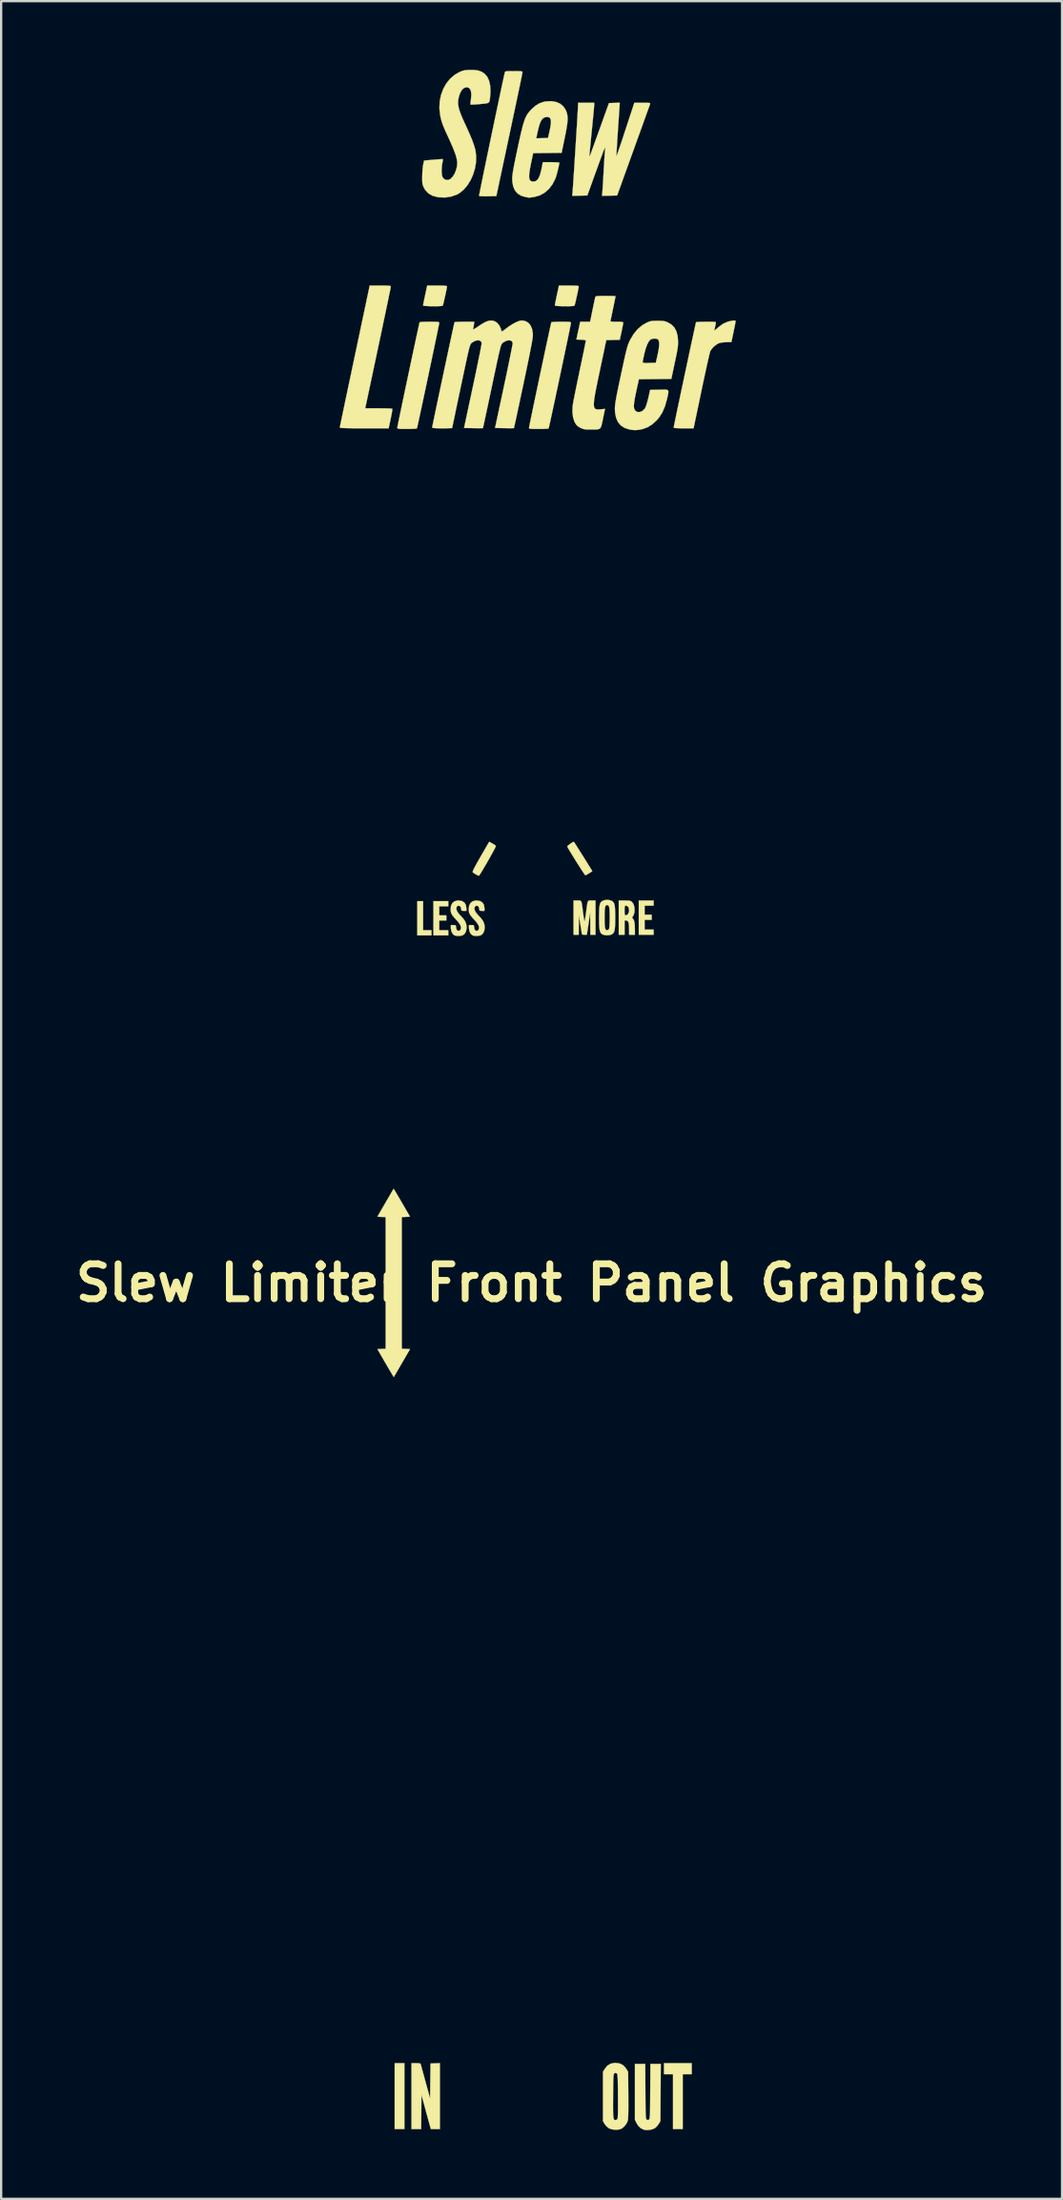
<source format=kicad_pcb>
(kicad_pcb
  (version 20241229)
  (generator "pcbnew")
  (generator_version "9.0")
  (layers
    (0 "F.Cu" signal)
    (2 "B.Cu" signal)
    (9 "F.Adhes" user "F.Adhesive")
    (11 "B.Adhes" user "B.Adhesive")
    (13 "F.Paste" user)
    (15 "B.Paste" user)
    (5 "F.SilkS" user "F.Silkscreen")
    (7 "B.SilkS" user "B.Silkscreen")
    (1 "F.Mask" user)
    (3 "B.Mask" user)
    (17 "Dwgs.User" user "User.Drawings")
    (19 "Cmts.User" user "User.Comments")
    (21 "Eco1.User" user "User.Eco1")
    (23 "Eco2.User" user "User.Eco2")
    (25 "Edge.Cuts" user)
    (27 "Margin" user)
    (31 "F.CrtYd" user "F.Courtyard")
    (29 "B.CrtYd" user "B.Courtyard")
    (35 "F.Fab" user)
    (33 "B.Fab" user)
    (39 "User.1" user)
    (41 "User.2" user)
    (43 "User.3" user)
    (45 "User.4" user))
  (footprint "Slew Limiter Front Panel Graphics"
    (layer "F.Cu")
    (at 20.182 53.002)
    (property "Reference" "Slew Limiter Front Panel Graphics" (at 0 0 0) (layer "F.SilkS") (effects (font (size 1.524 1.524) (thickness 0.3))))
    (attr through_hole)
    (fp_poly (pts (xy -5.56 36.971) (xy -5.983 36.971) (xy -5.983 34.092) (xy -5.56 34.092) (xy -5.56 36.971)) (stroke (width 0.01) (type solid)) (fill yes) (layer "F.SilkS"))
    (fp_poly (pts (xy -4.741 -15.409) (xy -4.374 -15.409) (xy -4.374 -15.184) (xy -4.995 -15.184) (xy -4.995 -16.679) (xy -4.741 -16.679) (xy -4.741 -15.409)) (stroke (width 0.01) (type solid)) (fill yes) (layer "F.SilkS"))
    (fp_poly (pts (xy 6.999 34.572) (xy 6.604 34.572) (xy 6.604 36.971) (xy 6.181 36.971) (xy 6.181 34.572) (xy 5.786 34.572) (xy 5.786 34.092) (xy 6.999 34.092) (xy 6.999 34.572)) (stroke (width 0.01) (type solid)) (fill yes) (layer "F.SilkS"))
    (fp_poly (pts (xy -3.641 -16.454) (xy -4.036 -16.454) (xy -4.036 -16.058) (xy -3.725 -16.058) (xy -3.725 -15.833) (xy -4.036 -15.833) (xy -4.036 -15.409) (xy -3.641 -15.409) (xy -3.641 -15.184) (xy -4.29 -15.184) (xy -4.29 -16.679) (xy -3.641 -16.679) (xy -3.641 -16.454)) (stroke (width 0.01) (type solid)) (fill yes) (layer "F.SilkS"))
    (fp_poly (pts (xy 5.334 -16.482) (xy 4.939 -16.482) (xy 4.939 -16.087) (xy 5.249 -16.087) (xy 5.249 -15.861) (xy 4.939 -15.861) (xy 4.939 -15.438) (xy 5.334 -15.438) (xy 5.334 -15.212) (xy 4.685 -15.212) (xy 4.685 -16.708) (xy 5.334 -16.708) (xy 5.334 -16.482)) (stroke (width 0.01) (type solid)) (fill yes) (layer "F.SilkS"))
    (fp_poly (pts (xy -4.008 36.971) (xy -4.4 36.971) (xy -4.44 36.837) (xy -4.458 36.77) (xy -4.489 36.659) (xy -4.529 36.514) (xy -4.576 36.344) (xy -4.626 36.16) (xy -4.645 36.087) (xy -4.812 35.472) (xy -4.819 36.222) (xy -4.827 36.971) (xy -5.249 36.971) (xy -5.249 34.092) (xy -5.052 34.092) (xy -4.949 34.094) (xy -4.888 34.101) (xy -4.857 34.118) (xy -4.841 34.149) (xy -4.838 34.163) (xy -4.826 34.209) (xy -4.801 34.301) (xy -4.765 34.431) (xy -4.721 34.59) (xy -4.672 34.772) (xy -4.628 34.932) (xy -4.435 35.631) (xy -4.426 34.869) (xy -4.417 34.107) (xy -4.008 34.09) (xy -4.008 36.971)) (stroke (width 0.01) (type solid)) (fill yes) (layer "F.SilkS"))
    (fp_poly (pts (xy -1.713 -19.198) (xy -1.634 -19.151) (xy -1.578 -19.109) (xy -1.561 -19.089) (xy -1.572 -19.057) (xy -1.606 -18.985) (xy -1.661 -18.88) (xy -1.731 -18.751) (xy -1.812 -18.605) (xy -1.899 -18.451) (xy -1.988 -18.297) (xy -2.075 -18.149) (xy -2.153 -18.017) (xy -2.22 -17.909) (xy -2.27 -17.832) (xy -2.299 -17.794) (xy -2.303 -17.791) (xy -2.341 -17.801) (xy -2.406 -17.832) (xy -2.436 -17.849) (xy -2.509 -17.895) (xy -2.563 -17.934) (xy -2.573 -17.943) (xy -2.574 -17.97) (xy -2.553 -18.028) (xy -2.508 -18.122) (xy -2.438 -18.254) (xy -2.341 -18.428) (xy -2.229 -18.624) (xy -1.853 -19.274) (xy -1.713 -19.198)) (stroke (width 0.01) (type solid)) (fill yes) (layer "F.SilkS"))
    (fp_poly (pts (xy -3.961 -43.574) (xy -3.842 -43.571) (xy -3.764 -43.566) (xy -3.719 -43.557) (xy -3.699 -43.543) (xy -3.697 -43.534) (xy -3.703 -43.489) (xy -3.719 -43.403) (xy -3.742 -43.289) (xy -3.77 -43.159) (xy -3.8 -43.025) (xy -3.829 -42.899) (xy -3.854 -42.795) (xy -3.873 -42.724) (xy -3.881 -42.699) (xy -3.915 -42.687) (xy -3.992 -42.678) (xy -4.099 -42.673) (xy -4.226 -42.671) (xy -4.361 -42.671) (xy -4.491 -42.675) (xy -4.605 -42.681) (xy -4.691 -42.69) (xy -4.737 -42.702) (xy -4.742 -42.707) (xy -4.736 -42.746) (xy -4.72 -42.829) (xy -4.697 -42.947) (xy -4.667 -43.087) (xy -4.652 -43.159) (xy -4.562 -43.575) (xy -4.129 -43.575) (xy -3.961 -43.574)) (stroke (width 0.01) (type solid)) (fill yes) (layer "F.SilkS"))
    (fp_poly (pts (xy 1.796 -43.574) (xy 1.915 -43.571) (xy 1.994 -43.566) (xy 2.039 -43.557) (xy 2.058 -43.543) (xy 2.06 -43.534) (xy 2.054 -43.489) (xy 2.038 -43.403) (xy 2.015 -43.289) (xy 1.987 -43.159) (xy 1.957 -43.025) (xy 1.929 -42.899) (xy 1.903 -42.795) (xy 1.885 -42.724) (xy 1.876 -42.699) (xy 1.842 -42.687) (xy 1.766 -42.678) (xy 1.658 -42.673) (xy 1.531 -42.671) (xy 1.396 -42.671) (xy 1.266 -42.675) (xy 1.153 -42.681) (xy 1.067 -42.69) (xy 1.02 -42.702) (xy 1.016 -42.707) (xy 1.021 -42.746) (xy 1.037 -42.829) (xy 1.061 -42.947) (xy 1.09 -43.087) (xy 1.105 -43.159) (xy 1.196 -43.575) (xy 1.628 -43.575) (xy 1.796 -43.574)) (stroke (width 0.01) (type solid)) (fill yes) (layer "F.SilkS"))
    (fp_poly (pts (xy -6.014 -4.09) (xy -5.974 -4.027) (xy -5.914 -3.927) (xy -5.837 -3.797) (xy -5.748 -3.645) (xy -5.667 -3.506) (xy -5.313 -2.893) (xy -5.673 -2.876) (xy -5.673 2.876) (xy -5.493 2.884) (xy -5.312 2.893) (xy -5.663 3.498) (xy -5.76 3.665) (xy -5.847 3.815) (xy -5.92 3.941) (xy -5.976 4.037) (xy -6.011 4.096) (xy -6.021 4.112) (xy -6.037 4.09) (xy -6.077 4.027) (xy -6.137 3.927) (xy -6.214 3.797) (xy -6.303 3.645) (xy -6.384 3.506) (xy -6.738 2.893) (xy -6.378 2.876) (xy -6.378 -2.876) (xy -6.558 -2.884) (xy -6.739 -2.893) (xy -6.388 -3.498) (xy -6.291 -3.665) (xy -6.204 -3.815) (xy -6.131 -3.941) (xy -6.074 -4.037) (xy -6.04 -4.096) (xy -6.03 -4.112) (xy -6.014 -4.09)) (stroke (width 0.01) (type solid)) (fill yes) (layer "F.SilkS"))
    (fp_poly (pts (xy 1.867 -19.244) (xy 1.91 -19.177) (xy 1.973 -19.079) (xy 2.051 -18.956) (xy 2.139 -18.816) (xy 2.234 -18.666) (xy 2.329 -18.515) (xy 2.42 -18.37) (xy 2.502 -18.238) (xy 2.571 -18.127) (xy 2.622 -18.045) (xy 2.649 -17.999) (xy 2.653 -17.992) (xy 2.631 -17.973) (xy 2.576 -17.936) (xy 2.503 -17.891) (xy 2.431 -17.848) (xy 2.373 -17.818) (xy 2.349 -17.809) (xy 2.329 -17.832) (xy 2.284 -17.897) (xy 2.217 -17.997) (xy 2.133 -18.125) (xy 2.037 -18.277) (xy 1.947 -18.418) (xy 1.843 -18.585) (xy 1.749 -18.738) (xy 1.67 -18.869) (xy 1.608 -18.972) (xy 1.57 -19.039) (xy 1.558 -19.063) (xy 1.575 -19.092) (xy 1.626 -19.137) (xy 1.693 -19.188) (xy 1.763 -19.234) (xy 1.82 -19.265) (xy 1.849 -19.27) (xy 1.867 -19.244)) (stroke (width 0.01) (type solid)) (fill yes) (layer "F.SilkS"))
    (fp_poly (pts (xy 4.974 35.324) (xy 4.976 35.617) (xy 4.978 35.859) (xy 4.98 36.055) (xy 4.983 36.209) (xy 4.987 36.328) (xy 4.992 36.415) (xy 4.998 36.476) (xy 5.005 36.517) (xy 5.014 36.541) (xy 5.026 36.555) (xy 5.031 36.559) (xy 5.091 36.575) (xy 5.129 36.559) (xy 5.141 36.548) (xy 5.151 36.528) (xy 5.16 36.494) (xy 5.166 36.442) (xy 5.171 36.365) (xy 5.176 36.26) (xy 5.179 36.12) (xy 5.181 35.941) (xy 5.183 35.718) (xy 5.185 35.445) (xy 5.186 35.324) (xy 5.193 34.121) (xy 5.646 34.121) (xy 5.638 35.372) (xy 5.63 36.623) (xy 5.546 36.759) (xy 5.473 36.854) (xy 5.391 36.928) (xy 5.361 36.947) (xy 5.229 36.994) (xy 5.079 37.015) (xy 4.94 37.006) (xy 4.921 37.002) (xy 4.775 36.937) (xy 4.656 36.822) (xy 4.589 36.711) (xy 4.516 36.565) (xy 4.516 34.121) (xy 4.967 34.121) (xy 4.974 35.324)) (stroke (width 0.01) (type solid)) (fill yes) (layer "F.SilkS"))
    (fp_poly (pts (xy 2.608 -16.708) (xy 2.627 -16.708) (xy 2.794 -16.708) (xy 2.794 -15.212) (xy 2.568 -15.212) (xy 2.565 -15.699) (xy 2.562 -16.185) (xy 2.489 -15.699) (xy 2.416 -15.212) (xy 2.309 -15.212) (xy 2.24 -15.217) (xy 2.202 -15.229) (xy 2.2 -15.233) (xy 2.195 -15.267) (xy 2.182 -15.346) (xy 2.165 -15.46) (xy 2.142 -15.599) (xy 2.132 -15.663) (xy 2.067 -16.073) (xy 2.063 -15.642) (xy 2.06 -15.212) (xy 1.834 -15.212) (xy 1.834 -16.708) (xy 2.001 -16.708) (xy 2.064 -16.708) (xy 2.111 -16.706) (xy 2.145 -16.692) (xy 2.17 -16.661) (xy 2.189 -16.603) (xy 2.205 -16.513) (xy 2.223 -16.382) (xy 2.246 -16.203) (xy 2.247 -16.192) (xy 2.266 -16.052) (xy 2.284 -15.935) (xy 2.3 -15.85) (xy 2.312 -15.807) (xy 2.314 -15.804) (xy 2.324 -15.831) (xy 2.339 -15.903) (xy 2.357 -16.01) (xy 2.376 -16.143) (xy 2.381 -16.178) (xy 2.404 -16.363) (xy 2.423 -16.499) (xy 2.439 -16.594) (xy 2.457 -16.655) (xy 2.479 -16.69) (xy 2.509 -16.705) (xy 2.551 -16.709) (xy 2.608 -16.708)) (stroke (width 0.01) (type solid)) (fill yes) (layer "F.SilkS"))
    (fp_poly (pts (xy 4.188 -16.706) (xy 4.272 -16.699) (xy 4.328 -16.684) (xy 4.372 -16.658) (xy 4.388 -16.644) (xy 4.45 -16.558) (xy 4.489 -16.439) (xy 4.503 -16.303) (xy 4.492 -16.17) (xy 4.454 -16.059) (xy 4.431 -16.023) (xy 4.399 -15.976) (xy 4.404 -15.942) (xy 4.431 -15.91) (xy 4.47 -15.849) (xy 4.495 -15.756) (xy 4.51 -15.623) (xy 4.515 -15.442) (xy 4.515 -15.431) (xy 4.516 -15.212) (xy 4.262 -15.212) (xy 4.262 -15.45) (xy 4.257 -15.611) (xy 4.243 -15.723) (xy 4.216 -15.792) (xy 4.174 -15.826) (xy 4.135 -15.833) (xy 4.064 -15.833) (xy 4.064 -15.212) (xy 3.81 -15.212) (xy 3.81 -16.27) (xy 4.064 -16.27) (xy 4.065 -16.162) (xy 4.072 -16.098) (xy 4.086 -16.068) (xy 4.111 -16.059) (xy 4.119 -16.058) (xy 4.175 -16.08) (xy 4.218 -16.121) (xy 4.254 -16.206) (xy 4.262 -16.301) (xy 4.243 -16.388) (xy 4.201 -16.454) (xy 4.14 -16.482) (xy 4.135 -16.482) (xy 4.099 -16.479) (xy 4.078 -16.464) (xy 4.068 -16.423) (xy 4.064 -16.346) (xy 4.064 -16.27) (xy 3.81 -16.27) (xy 3.81 -16.708) (xy 4.062 -16.708) (xy 4.188 -16.706)) (stroke (width 0.01) (type solid)) (fill yes) (layer "F.SilkS"))
    (fp_poly (pts (xy -0.622 -52.944) (xy -0.516 -52.942) (xy -0.449 -52.936) (xy -0.413 -52.926) (xy -0.399 -52.911) (xy -0.397 -52.895) (xy -0.403 -52.861) (xy -0.42 -52.776) (xy -0.447 -52.643) (xy -0.483 -52.466) (xy -0.529 -52.25) (xy -0.582 -51.997) (xy -0.641 -51.713) (xy -0.707 -51.4) (xy -0.779 -51.063) (xy -0.855 -50.705) (xy -0.934 -50.33) (xy -0.969 -50.165) (xy -1.541 -47.484) (xy -1.911 -47.476) (xy -2.05 -47.475) (xy -2.167 -47.477) (xy -2.252 -47.482) (xy -2.294 -47.49) (xy -2.296 -47.491) (xy -2.292 -47.52) (xy -2.277 -47.6) (xy -2.252 -47.726) (xy -2.218 -47.893) (xy -2.177 -48.097) (xy -2.128 -48.334) (xy -2.074 -48.599) (xy -2.014 -48.886) (xy -1.951 -49.193) (xy -1.884 -49.513) (xy -1.816 -49.843) (xy -1.746 -50.178) (xy -1.675 -50.514) (xy -1.606 -50.845) (xy -1.538 -51.167) (xy -1.473 -51.476) (xy -1.411 -51.768) (xy -1.354 -52.037) (xy -1.303 -52.279) (xy -1.258 -52.489) (xy -1.22 -52.663) (xy -1.19 -52.797) (xy -1.171 -52.881) (xy -1.163 -52.907) (xy -1.146 -52.924) (xy -1.112 -52.936) (xy -1.051 -52.942) (xy -0.953 -52.944) (xy -0.811 -52.945) (xy -0.776 -52.945) (xy -0.622 -52.944)) (stroke (width 0.01) (type solid)) (fill yes) (layer "F.SilkS"))
    (fp_poly (pts (xy -3.048 -16.686) (xy -2.941 -16.624) (xy -2.875 -16.522) (xy -2.851 -16.382) (xy -2.85 -16.372) (xy -2.85 -16.256) (xy -2.963 -16.256) (xy -3.036 -16.26) (xy -3.068 -16.278) (xy -3.076 -16.321) (xy -3.076 -16.335) (xy -3.094 -16.416) (xy -3.139 -16.468) (xy -3.196 -16.483) (xy -3.251 -16.456) (xy -3.275 -16.424) (xy -3.29 -16.337) (xy -3.253 -16.232) (xy -3.167 -16.111) (xy -3.102 -16.043) (xy -3.018 -15.953) (xy -2.944 -15.859) (xy -2.9 -15.79) (xy -2.852 -15.657) (xy -2.839 -15.518) (xy -2.859 -15.386) (xy -2.908 -15.276) (xy -2.985 -15.201) (xy -2.994 -15.196) (xy -3.089 -15.168) (xy -3.207 -15.158) (xy -3.319 -15.17) (xy -3.375 -15.188) (xy -3.452 -15.254) (xy -3.505 -15.36) (xy -3.528 -15.49) (xy -3.528 -15.505) (xy -3.528 -15.635) (xy -3.415 -15.635) (xy -3.343 -15.632) (xy -3.31 -15.614) (xy -3.302 -15.567) (xy -3.302 -15.542) (xy -3.285 -15.455) (xy -3.244 -15.398) (xy -3.189 -15.378) (xy -3.134 -15.4) (xy -3.104 -15.439) (xy -3.083 -15.52) (xy -3.106 -15.614) (xy -3.173 -15.726) (xy -3.287 -15.86) (xy -3.392 -15.975) (xy -3.462 -16.063) (xy -3.505 -16.136) (xy -3.528 -16.207) (xy -3.537 -16.288) (xy -3.538 -16.309) (xy -3.523 -16.468) (xy -3.469 -16.588) (xy -3.377 -16.667) (xy -3.247 -16.705) (xy -3.192 -16.708) (xy -3.048 -16.686)) (stroke (width 0.01) (type solid)) (fill yes) (layer "F.SilkS"))
    (fp_poly (pts (xy -2.257 -16.686) (xy -2.151 -16.624) (xy -2.085 -16.522) (xy -2.06 -16.382) (xy -2.06 -16.372) (xy -2.06 -16.256) (xy -2.173 -16.256) (xy -2.246 -16.26) (xy -2.278 -16.278) (xy -2.286 -16.321) (xy -2.286 -16.335) (xy -2.304 -16.416) (xy -2.348 -16.468) (xy -2.405 -16.483) (xy -2.461 -16.456) (xy -2.484 -16.424) (xy -2.5 -16.337) (xy -2.463 -16.232) (xy -2.376 -16.111) (xy -2.312 -16.043) (xy -2.228 -15.953) (xy -2.154 -15.859) (xy -2.11 -15.79) (xy -2.062 -15.657) (xy -2.049 -15.518) (xy -2.069 -15.386) (xy -2.118 -15.276) (xy -2.195 -15.201) (xy -2.204 -15.196) (xy -2.299 -15.168) (xy -2.417 -15.158) (xy -2.529 -15.17) (xy -2.585 -15.188) (xy -2.662 -15.254) (xy -2.715 -15.36) (xy -2.737 -15.49) (xy -2.738 -15.505) (xy -2.738 -15.635) (xy -2.625 -15.635) (xy -2.552 -15.632) (xy -2.52 -15.614) (xy -2.512 -15.567) (xy -2.512 -15.542) (xy -2.495 -15.455) (xy -2.453 -15.398) (xy -2.399 -15.378) (xy -2.343 -15.4) (xy -2.313 -15.439) (xy -2.293 -15.52) (xy -2.316 -15.614) (xy -2.383 -15.726) (xy -2.497 -15.86) (xy -2.602 -15.975) (xy -2.672 -16.063) (xy -2.715 -16.136) (xy -2.738 -16.207) (xy -2.747 -16.288) (xy -2.748 -16.309) (xy -2.733 -16.468) (xy -2.679 -16.588) (xy -2.586 -16.667) (xy -2.457 -16.705) (xy -2.402 -16.708) (xy -2.257 -16.686)) (stroke (width 0.01) (type solid)) (fill yes) (layer "F.SilkS"))
    (fp_poly (pts (xy -4.294 -41.994) (xy -4.179 -41.992) (xy -4.104 -41.987) (xy -4.06 -41.978) (xy -4.04 -41.965) (xy -4.036 -41.947) (xy -4.041 -41.912) (xy -4.058 -41.827) (xy -4.084 -41.698) (xy -4.119 -41.528) (xy -4.161 -41.323) (xy -4.21 -41.089) (xy -4.264 -40.829) (xy -4.323 -40.55) (xy -4.384 -40.255) (xy -4.449 -39.951) (xy -4.514 -39.641) (xy -4.58 -39.332) (xy -4.644 -39.027) (xy -4.707 -38.733) (xy -4.767 -38.453) (xy -4.822 -38.194) (xy -4.873 -37.959) (xy -4.917 -37.754) (xy -4.954 -37.584) (xy -4.983 -37.454) (xy -5.003 -37.369) (xy -5.012 -37.334) (xy -5.012 -37.334) (xy -5.044 -37.325) (xy -5.122 -37.318) (xy -5.236 -37.313) (xy -5.376 -37.31) (xy -5.449 -37.31) (xy -5.612 -37.31) (xy -5.728 -37.313) (xy -5.804 -37.318) (xy -5.847 -37.327) (xy -5.866 -37.341) (xy -5.87 -37.356) (xy -5.865 -37.39) (xy -5.848 -37.475) (xy -5.822 -37.604) (xy -5.787 -37.773) (xy -5.745 -37.977) (xy -5.696 -38.212) (xy -5.642 -38.471) (xy -5.583 -38.75) (xy -5.522 -39.045) (xy -5.457 -39.349) (xy -5.392 -39.659) (xy -5.326 -39.968) (xy -5.262 -40.273) (xy -5.199 -40.567) (xy -5.139 -40.847) (xy -5.083 -41.107) (xy -5.033 -41.343) (xy -4.988 -41.548) (xy -4.951 -41.719) (xy -4.922 -41.849) (xy -4.902 -41.935) (xy -4.893 -41.972) (xy -4.893 -41.972) (xy -4.861 -41.98) (xy -4.783 -41.987) (xy -4.67 -41.992) (xy -4.53 -41.994) (xy -4.457 -41.995) (xy -4.294 -41.994)) (stroke (width 0.01) (type solid)) (fill yes) (layer "F.SilkS"))
    (fp_poly (pts (xy 1.463 -41.994) (xy 1.579 -41.992) (xy 1.654 -41.987) (xy 1.697 -41.978) (xy 1.717 -41.965) (xy 1.722 -41.947) (xy 1.716 -41.912) (xy 1.699 -41.827) (xy 1.673 -41.698) (xy 1.639 -41.528) (xy 1.596 -41.323) (xy 1.548 -41.089) (xy 1.493 -40.829) (xy 1.435 -40.55) (xy 1.373 -40.255) (xy 1.309 -39.951) (xy 1.243 -39.641) (xy 1.178 -39.332) (xy 1.113 -39.027) (xy 1.05 -38.733) (xy 0.991 -38.453) (xy 0.935 -38.194) (xy 0.884 -37.959) (xy 0.84 -37.754) (xy 0.803 -37.584) (xy 0.774 -37.454) (xy 0.755 -37.369) (xy 0.745 -37.334) (xy 0.745 -37.334) (xy 0.713 -37.325) (xy 0.635 -37.318) (xy 0.521 -37.313) (xy 0.381 -37.31) (xy 0.309 -37.31) (xy 0.145 -37.31) (xy 0.029 -37.313) (xy -0.046 -37.318) (xy -0.09 -37.327) (xy -0.109 -37.341) (xy -0.113 -37.356) (xy -0.107 -37.39) (xy -0.091 -37.475) (xy -0.065 -37.604) (xy -0.03 -37.773) (xy 0.012 -37.977) (xy 0.061 -38.212) (xy 0.115 -38.471) (xy 0.174 -38.75) (xy 0.236 -39.045) (xy 0.3 -39.349) (xy 0.365 -39.659) (xy 0.431 -39.968) (xy 0.496 -40.273) (xy 0.558 -40.567) (xy 0.618 -40.847) (xy 0.674 -41.107) (xy 0.725 -41.343) (xy 0.769 -41.548) (xy 0.806 -41.719) (xy 0.835 -41.849) (xy 0.855 -41.935) (xy 0.864 -41.972) (xy 0.864 -41.972) (xy 0.896 -41.98) (xy 0.974 -41.987) (xy 1.088 -41.992) (xy 1.227 -41.994) (xy 1.3 -41.995) (xy 1.463 -41.994)) (stroke (width 0.01) (type solid)) (fill yes) (layer "F.SilkS"))
    (fp_poly (pts (xy 3.399 -16.725) (xy 3.486 -16.7) (xy 3.497 -16.695) (xy 3.549 -16.661) (xy 3.588 -16.617) (xy 3.616 -16.553) (xy 3.635 -16.462) (xy 3.647 -16.338) (xy 3.653 -16.172) (xy 3.655 -15.96) (xy 3.653 -15.745) (xy 3.647 -15.58) (xy 3.635 -15.456) (xy 3.616 -15.366) (xy 3.587 -15.302) (xy 3.548 -15.258) (xy 3.497 -15.225) (xy 3.392 -15.193) (xy 3.266 -15.187) (xy 3.148 -15.207) (xy 3.101 -15.226) (xy 3.051 -15.26) (xy 3.014 -15.306) (xy 2.986 -15.372) (xy 2.967 -15.464) (xy 2.956 -15.592) (xy 2.951 -15.761) (xy 2.949 -15.96) (xy 3.189 -15.96) (xy 3.191 -15.766) (xy 3.197 -15.623) (xy 3.209 -15.522) (xy 3.227 -15.458) (xy 3.255 -15.422) (xy 3.292 -15.41) (xy 3.302 -15.409) (xy 3.358 -15.432) (xy 3.386 -15.464) (xy 3.396 -15.511) (xy 3.405 -15.605) (xy 3.411 -15.735) (xy 3.415 -15.89) (xy 3.415 -15.96) (xy 3.413 -16.153) (xy 3.407 -16.296) (xy 3.395 -16.397) (xy 3.377 -16.462) (xy 3.349 -16.497) (xy 3.312 -16.51) (xy 3.302 -16.51) (xy 3.262 -16.502) (xy 3.233 -16.472) (xy 3.212 -16.415) (xy 3.199 -16.323) (xy 3.192 -16.19) (xy 3.189 -16.009) (xy 3.189 -15.96) (xy 2.949 -15.96) (xy 2.951 -16.174) (xy 2.957 -16.339) (xy 2.969 -16.463) (xy 2.988 -16.553) (xy 3.017 -16.617) (xy 3.056 -16.662) (xy 3.107 -16.695) (xy 3.189 -16.722) (xy 3.287 -16.735) (xy 3.302 -16.736) (xy 3.399 -16.725)) (stroke (width 0.01) (type solid)) (fill yes) (layer "F.SilkS"))
    (fp_poly (pts (xy -6.443 -43.575) (xy -6.319 -43.573) (xy -6.237 -43.568) (xy -6.187 -43.561) (xy -6.162 -43.549) (xy -6.153 -43.533) (xy -6.153 -43.526) (xy -6.159 -43.492) (xy -6.175 -43.406) (xy -6.202 -43.273) (xy -6.239 -43.097) (xy -6.283 -42.881) (xy -6.336 -42.629) (xy -6.395 -42.345) (xy -6.461 -42.033) (xy -6.532 -41.697) (xy -6.607 -41.34) (xy -6.686 -40.967) (xy -6.712 -40.845) (xy -7.271 -38.213) (xy -6.685 -38.213) (xy -6.509 -38.212) (xy -6.353 -38.209) (xy -6.225 -38.205) (xy -6.134 -38.199) (xy -6.089 -38.193) (xy -6.086 -38.191) (xy -6.086 -38.157) (xy -6.097 -38.078) (xy -6.117 -37.964) (xy -6.144 -37.826) (xy -6.159 -37.753) (xy -6.246 -37.338) (xy -7.314 -37.338) (xy -7.607 -37.338) (xy -7.847 -37.34) (xy -8.038 -37.343) (xy -8.183 -37.347) (xy -8.286 -37.352) (xy -8.35 -37.359) (xy -8.379 -37.367) (xy -8.382 -37.371) (xy -8.376 -37.402) (xy -8.36 -37.485) (xy -8.333 -37.616) (xy -8.296 -37.792) (xy -8.251 -38.008) (xy -8.198 -38.262) (xy -8.138 -38.549) (xy -8.071 -38.866) (xy -7.999 -39.21) (xy -7.921 -39.576) (xy -7.84 -39.962) (xy -7.755 -40.363) (xy -7.748 -40.398) (xy -7.662 -40.801) (xy -7.579 -41.191) (xy -7.501 -41.562) (xy -7.427 -41.912) (xy -7.358 -42.236) (xy -7.296 -42.531) (xy -7.24 -42.793) (xy -7.193 -43.019) (xy -7.154 -43.204) (xy -7.124 -43.346) (xy -7.104 -43.44) (xy -7.095 -43.483) (xy -7.095 -43.483) (xy -7.077 -43.575) (xy -6.615 -43.575) (xy -6.443 -43.575)) (stroke (width 0.01) (type solid)) (fill yes) (layer "F.SilkS"))
    (fp_poly (pts (xy 3.844 34.102) (xy 3.987 34.17) (xy 4.103 34.287) (xy 4.135 34.333) (xy 4.219 34.469) (xy 4.228 35.479) (xy 4.229 35.802) (xy 4.229 36.073) (xy 4.226 36.29) (xy 4.22 36.453) (xy 4.212 36.56) (xy 4.205 36.604) (xy 4.151 36.726) (xy 4.062 36.844) (xy 3.956 36.937) (xy 3.92 36.958) (xy 3.808 36.992) (xy 3.67 37.001) (xy 3.527 36.985) (xy 3.403 36.947) (xy 3.372 36.931) (xy 3.283 36.859) (xy 3.204 36.765) (xy 3.189 36.741) (xy 3.119 36.618) (xy 3.119 36.021) (xy 3.56 36.021) (xy 3.562 36.195) (xy 3.565 36.328) (xy 3.572 36.426) (xy 3.582 36.494) (xy 3.595 36.538) (xy 3.614 36.562) (xy 3.637 36.573) (xy 3.667 36.576) (xy 3.669 36.576) (xy 3.729 36.556) (xy 3.75 36.537) (xy 3.76 36.506) (xy 3.767 36.435) (xy 3.772 36.321) (xy 3.775 36.162) (xy 3.777 35.954) (xy 3.776 35.695) (xy 3.775 35.532) (xy 3.773 35.271) (xy 3.771 35.061) (xy 3.768 34.896) (xy 3.764 34.771) (xy 3.759 34.679) (xy 3.753 34.615) (xy 3.745 34.574) (xy 3.734 34.549) (xy 3.722 34.535) (xy 3.718 34.533) (xy 3.658 34.517) (xy 3.619 34.533) (xy 3.606 34.545) (xy 3.595 34.567) (xy 3.587 34.604) (xy 3.58 34.662) (xy 3.575 34.747) (xy 3.571 34.864) (xy 3.568 35.019) (xy 3.565 35.218) (xy 3.563 35.467) (xy 3.563 35.532) (xy 3.561 35.802) (xy 3.56 36.021) (xy 3.119 36.021) (xy 3.119 34.469) (xy 3.203 34.333) (xy 3.312 34.201) (xy 3.447 34.118) (xy 3.611 34.081) (xy 3.669 34.079) (xy 3.844 34.102)) (stroke (width 0.01) (type solid)) (fill yes) (layer "F.SilkS"))
    (fp_poly (pts (xy 8.909 -42.04) (xy 8.917 -42.02) (xy 8.911 -41.98) (xy 8.896 -41.895) (xy 8.873 -41.776) (xy 8.843 -41.633) (xy 8.825 -41.543) (xy 8.733 -41.106) (xy 8.508 -41.102) (xy 8.37 -41.094) (xy 8.25 -41.076) (xy 8.181 -41.056) (xy 8.058 -40.985) (xy 7.941 -40.885) (xy 7.848 -40.773) (xy 7.809 -40.704) (xy 7.794 -40.657) (xy 7.77 -40.56) (xy 7.736 -40.418) (xy 7.695 -40.238) (xy 7.647 -40.025) (xy 7.595 -39.783) (xy 7.538 -39.52) (xy 7.478 -39.24) (xy 7.449 -39.102) (xy 7.389 -38.815) (xy 7.332 -38.541) (xy 7.278 -38.286) (xy 7.23 -38.056) (xy 7.188 -37.855) (xy 7.153 -37.69) (xy 7.127 -37.567) (xy 7.111 -37.49) (xy 7.108 -37.472) (xy 7.079 -37.338) (xy 6.644 -37.338) (xy 6.46 -37.34) (xy 6.328 -37.344) (xy 6.247 -37.353) (xy 6.211 -37.365) (xy 6.209 -37.37) (xy 6.215 -37.403) (xy 6.231 -37.486) (xy 6.257 -37.614) (xy 6.292 -37.782) (xy 6.334 -37.985) (xy 6.383 -38.218) (xy 6.438 -38.476) (xy 6.496 -38.755) (xy 6.558 -39.048) (xy 6.623 -39.352) (xy 6.688 -39.66) (xy 6.754 -39.969) (xy 6.819 -40.273) (xy 6.882 -40.568) (xy 6.941 -40.847) (xy 6.997 -41.107) (xy 7.048 -41.342) (xy 7.092 -41.548) (xy 7.129 -41.718) (xy 7.158 -41.849) (xy 7.178 -41.936) (xy 7.187 -41.973) (xy 7.187 -41.974) (xy 7.218 -41.981) (xy 7.293 -41.986) (xy 7.401 -41.991) (xy 7.528 -41.993) (xy 7.664 -41.995) (xy 7.795 -41.994) (xy 7.911 -41.992) (xy 7.998 -41.988) (xy 8.045 -41.982) (xy 8.049 -41.98) (xy 8.051 -41.946) (xy 8.041 -41.876) (xy 8.026 -41.803) (xy 8.005 -41.712) (xy 7.991 -41.644) (xy 7.987 -41.618) (xy 8.006 -41.624) (xy 8.056 -41.662) (xy 8.128 -41.724) (xy 8.155 -41.749) (xy 8.358 -41.901) (xy 8.582 -42) (xy 8.784 -42.043) (xy 8.868 -42.049) (xy 8.909 -42.04)) (stroke (width 0.01) (type solid)) (fill yes) (layer "F.SilkS"))
    (fp_poly (pts (xy 1.062 -51.6) (xy 1.238 -51.527) (xy 1.38 -51.415) (xy 1.483 -51.265) (xy 1.526 -51.166) (xy 1.555 -51.066) (xy 1.572 -50.957) (xy 1.574 -50.831) (xy 1.563 -50.68) (xy 1.537 -50.498) (xy 1.498 -50.276) (xy 1.447 -50.024) (xy 1.312 -49.375) (xy 0.691 -49.367) (xy 0.069 -49.36) (xy -0.022 -48.93) (xy -0.069 -48.691) (xy -0.098 -48.502) (xy -0.109 -48.356) (xy -0.1 -48.25) (xy -0.071 -48.178) (xy -0.022 -48.137) (xy 0.048 -48.12) (xy 0.073 -48.119) (xy 0.166 -48.134) (xy 0.243 -48.184) (xy 0.309 -48.273) (xy 0.365 -48.406) (xy 0.415 -48.587) (xy 0.44 -48.705) (xy 0.492 -48.966) (xy 0.853 -48.966) (xy 0.988 -48.964) (xy 1.1 -48.959) (xy 1.179 -48.953) (xy 1.213 -48.944) (xy 1.214 -48.943) (xy 1.206 -48.887) (xy 1.187 -48.791) (xy 1.159 -48.671) (xy 1.127 -48.542) (xy 1.094 -48.418) (xy 1.063 -48.315) (xy 1.043 -48.257) (xy 0.92 -48.011) (xy 0.763 -47.803) (xy 0.576 -47.637) (xy 0.363 -47.518) (xy 0.129 -47.448) (xy 0.093 -47.442) (xy -0.005 -47.429) (xy -0.079 -47.42) (xy -0.113 -47.417) (xy -0.113 -47.417) (xy -0.147 -47.423) (xy -0.217 -47.435) (xy -0.256 -47.442) (xy -0.453 -47.498) (xy -0.609 -47.594) (xy -0.726 -47.73) (xy -0.804 -47.906) (xy -0.842 -48.123) (xy -0.847 -48.242) (xy -0.844 -48.316) (xy -0.836 -48.405) (xy -0.821 -48.515) (xy -0.798 -48.652) (xy -0.766 -48.821) (xy -0.725 -49.028) (xy -0.673 -49.279) (xy -0.61 -49.577) (xy -0.541 -49.895) (xy -0.516 -50.008) (xy 0.203 -50.008) (xy 0.461 -50.016) (xy 0.718 -50.024) (xy 0.782 -50.306) (xy 0.824 -50.516) (xy 0.845 -50.678) (xy 0.843 -50.797) (xy 0.818 -50.878) (xy 0.769 -50.924) (xy 0.696 -50.941) (xy 0.683 -50.941) (xy 0.585 -50.928) (xy 0.503 -50.886) (xy 0.435 -50.809) (xy 0.375 -50.692) (xy 0.321 -50.53) (xy 0.27 -50.32) (xy 0.203 -50.008) (xy -0.516 -50.008) (xy -0.481 -50.164) (xy -0.428 -50.388) (xy -0.38 -50.574) (xy -0.334 -50.728) (xy -0.289 -50.854) (xy -0.243 -50.959) (xy -0.193 -51.048) (xy -0.138 -51.127) (xy -0.075 -51.202) (xy -0.003 -51.278) (xy 0.011 -51.292) (xy 0.174 -51.436) (xy 0.335 -51.535) (xy 0.508 -51.597) (xy 0.627 -51.62) (xy 0.856 -51.632) (xy 1.062 -51.6)) (stroke (width 0.01) (type solid)) (fill yes) (layer "F.SilkS"))
    (fp_poly (pts (xy 3.383 -43.123) (xy 3.51 -43.121) (xy 3.606 -43.118) (xy 3.66 -43.114) (xy 3.669 -43.111) (xy 3.663 -43.081) (xy 3.649 -43.005) (xy 3.627 -42.896) (xy 3.6 -42.763) (xy 3.57 -42.617) (xy 3.539 -42.468) (xy 3.51 -42.328) (xy 3.485 -42.206) (xy 3.465 -42.114) (xy 3.453 -42.061) (xy 3.453 -42.058) (xy 3.448 -42.029) (xy 3.456 -42.011) (xy 3.488 -42.001) (xy 3.552 -41.996) (xy 3.659 -41.995) (xy 3.722 -41.995) (xy 3.862 -41.993) (xy 3.952 -41.986) (xy 3.998 -41.973) (xy 4.008 -41.959) (xy 4.002 -41.92) (xy 3.987 -41.837) (xy 3.964 -41.721) (xy 3.936 -41.586) (xy 3.931 -41.565) (xy 3.854 -41.206) (xy 3.559 -41.198) (xy 3.264 -41.19) (xy 2.987 -39.878) (xy 2.912 -39.525) (xy 2.85 -39.223) (xy 2.799 -38.968) (xy 2.761 -38.757) (xy 2.735 -38.585) (xy 2.722 -38.449) (xy 2.721 -38.345) (xy 2.732 -38.268) (xy 2.756 -38.216) (xy 2.793 -38.183) (xy 2.843 -38.166) (xy 2.905 -38.162) (xy 2.981 -38.166) (xy 3.023 -38.17) (xy 3.21 -38.187) (xy 3.12 -37.756) (xy 3.085 -37.586) (xy 3.056 -37.463) (xy 3.025 -37.379) (xy 2.983 -37.327) (xy 2.922 -37.299) (xy 2.834 -37.288) (xy 2.709 -37.285) (xy 2.596 -37.285) (xy 2.454 -37.285) (xy 2.351 -37.291) (xy 2.272 -37.305) (xy 2.201 -37.33) (xy 2.159 -37.348) (xy 2.043 -37.411) (xy 1.963 -37.482) (xy 1.9 -37.578) (xy 1.865 -37.65) (xy 1.812 -37.822) (xy 1.787 -38.029) (xy 1.79 -38.257) (xy 1.804 -38.382) (xy 1.817 -38.457) (xy 1.841 -38.582) (xy 1.873 -38.747) (xy 1.913 -38.947) (xy 1.96 -39.175) (xy 2.011 -39.424) (xy 2.066 -39.686) (xy 2.104 -39.87) (xy 2.159 -40.13) (xy 2.21 -40.372) (xy 2.256 -40.593) (xy 2.296 -40.786) (xy 2.328 -40.945) (xy 2.352 -41.066) (xy 2.367 -41.141) (xy 2.371 -41.165) (xy 2.35 -41.187) (xy 2.284 -41.202) (xy 2.168 -41.21) (xy 2.165 -41.21) (xy 1.958 -41.219) (xy 2.041 -41.607) (xy 2.125 -41.995) (xy 2.558 -41.995) (xy 2.664 -42.51) (xy 2.698 -42.676) (xy 2.729 -42.825) (xy 2.755 -42.948) (xy 2.774 -43.034) (xy 2.784 -43.074) (xy 2.794 -43.093) (xy 2.819 -43.106) (xy 2.865 -43.115) (xy 2.943 -43.12) (xy 3.06 -43.123) (xy 3.224 -43.124) (xy 3.233 -43.124) (xy 3.383 -43.123)) (stroke (width 0.01) (type solid)) (fill yes) (layer "F.SilkS"))
    (fp_poly (pts (xy 3.776 -50.413) (xy 3.76 -50.163) (xy 3.745 -49.931) (xy 3.732 -49.722) (xy 3.722 -49.542) (xy 3.714 -49.398) (xy 3.709 -49.296) (xy 3.708 -49.241) (xy 3.708 -49.234) (xy 3.719 -49.254) (xy 3.745 -49.322) (xy 3.784 -49.434) (xy 3.836 -49.583) (xy 3.898 -49.765) (xy 3.969 -49.975) (xy 4.045 -50.207) (xy 4.104 -50.384) (xy 4.49 -51.562) (xy 4.844 -51.562) (xy 4.99 -51.561) (xy 5.089 -51.559) (xy 5.148 -51.553) (xy 5.177 -51.542) (xy 5.184 -51.526) (xy 5.181 -51.513) (xy 5.169 -51.479) (xy 5.139 -51.396) (xy 5.093 -51.268) (xy 5.033 -51.101) (xy 4.96 -50.897) (xy 4.875 -50.661) (xy 4.78 -50.398) (xy 4.677 -50.112) (xy 4.567 -49.806) (xy 4.452 -49.488) (xy 3.739 -47.512) (xy 3.409 -47.504) (xy 3.079 -47.496) (xy 3.092 -47.631) (xy 3.097 -47.696) (xy 3.105 -47.808) (xy 3.114 -47.957) (xy 3.125 -48.136) (xy 3.137 -48.334) (xy 3.147 -48.514) (xy 3.159 -48.725) (xy 3.171 -48.928) (xy 3.182 -49.112) (xy 3.193 -49.267) (xy 3.201 -49.385) (xy 3.206 -49.445) (xy 3.212 -49.535) (xy 3.212 -49.595) (xy 3.205 -49.611) (xy 3.205 -49.611) (xy 3.192 -49.582) (xy 3.162 -49.505) (xy 3.117 -49.386) (xy 3.06 -49.232) (xy 2.992 -49.048) (xy 2.916 -48.84) (xy 2.834 -48.614) (xy 2.812 -48.553) (xy 2.437 -47.512) (xy 2.107 -47.504) (xy 1.776 -47.496) (xy 1.792 -47.673) (xy 1.798 -47.74) (xy 1.806 -47.855) (xy 1.817 -48.013) (xy 1.83 -48.206) (xy 1.844 -48.43) (xy 1.861 -48.678) (xy 1.878 -48.945) (xy 1.896 -49.225) (xy 1.914 -49.512) (xy 1.932 -49.8) (xy 1.95 -50.083) (xy 1.967 -50.355) (xy 1.983 -50.611) (xy 1.997 -50.844) (xy 2.009 -51.049) (xy 2.019 -51.22) (xy 2.027 -51.351) (xy 2.031 -51.435) (xy 2.032 -51.466) (xy 2.032 -51.562) (xy 2.738 -51.562) (xy 2.737 -51.47) (xy 2.734 -51.422) (xy 2.725 -51.324) (xy 2.713 -51.184) (xy 2.696 -51.008) (xy 2.676 -50.804) (xy 2.654 -50.577) (xy 2.63 -50.334) (xy 2.627 -50.306) (xy 2.603 -50.066) (xy 2.581 -49.845) (xy 2.562 -49.647) (xy 2.547 -49.481) (xy 2.536 -49.35) (xy 2.529 -49.263) (xy 2.528 -49.224) (xy 2.528 -49.223) (xy 2.53 -49.218) (xy 2.532 -49.214) (xy 2.535 -49.214) (xy 2.54 -49.224) (xy 2.55 -49.247) (xy 2.566 -49.289) (xy 2.59 -49.352) (xy 2.623 -49.443) (xy 2.667 -49.565) (xy 2.724 -49.723) (xy 2.796 -49.922) (xy 2.883 -50.165) (xy 2.975 -50.419) (xy 3.381 -51.548) (xy 3.617 -51.556) (xy 3.854 -51.564) (xy 3.776 -50.413)) (stroke (width 0.01) (type solid)) (fill yes) (layer "F.SilkS"))
    (fp_poly (pts (xy -2.499 -52.995) (xy -2.33 -52.971) (xy -2.19 -52.92) (xy -2.066 -52.841) (xy -2.055 -52.832) (xy -1.941 -52.703) (xy -1.86 -52.53) (xy -1.811 -52.32) (xy -1.796 -52.074) (xy -1.807 -51.876) (xy -1.82 -51.749) (xy -1.832 -51.658) (xy -1.855 -51.597) (xy -1.895 -51.559) (xy -1.962 -51.537) (xy -2.065 -51.523) (xy -2.213 -51.51) (xy -2.259 -51.505) (xy -2.402 -51.493) (xy -2.524 -51.485) (xy -2.615 -51.481) (xy -2.663 -51.482) (xy -2.669 -51.484) (xy -2.671 -51.516) (xy -2.666 -51.59) (xy -2.653 -51.689) (xy -2.651 -51.702) (xy -2.633 -51.897) (xy -2.645 -52.051) (xy -2.688 -52.16) (xy -2.759 -52.223) (xy -2.84 -52.239) (xy -2.947 -52.212) (xy -3.04 -52.131) (xy -3.118 -51.997) (xy -3.161 -51.881) (xy -3.194 -51.752) (xy -3.212 -51.63) (xy -3.211 -51.505) (xy -3.191 -51.37) (xy -3.149 -51.217) (xy -3.084 -51.039) (xy -2.994 -50.827) (xy -2.879 -50.577) (xy -2.727 -50.243) (xy -2.606 -49.954) (xy -2.518 -49.712) (xy -2.461 -49.516) (xy -2.454 -49.487) (xy -2.422 -49.225) (xy -2.43 -48.954) (xy -2.477 -48.682) (xy -2.558 -48.419) (xy -2.67 -48.171) (xy -2.809 -47.949) (xy -2.972 -47.76) (xy -3.155 -47.612) (xy -3.256 -47.556) (xy -3.505 -47.465) (xy -3.773 -47.423) (xy -4.05 -47.431) (xy -4.12 -47.442) (xy -4.334 -47.501) (xy -4.508 -47.602) (xy -4.643 -47.743) (xy -4.717 -47.872) (xy -4.746 -47.942) (xy -4.765 -48.009) (xy -4.775 -48.086) (xy -4.779 -48.188) (xy -4.779 -48.33) (xy -4.778 -48.359) (xy -4.773 -48.512) (xy -4.763 -48.663) (xy -4.749 -48.792) (xy -4.736 -48.867) (xy -4.699 -49.036) (xy -4.293 -49.073) (xy -4.148 -49.085) (xy -4.025 -49.094) (xy -3.933 -49.098) (xy -3.882 -49.099) (xy -3.876 -49.097) (xy -3.875 -49.066) (xy -3.886 -48.998) (xy -3.896 -48.948) (xy -3.918 -48.815) (xy -3.929 -48.667) (xy -3.929 -48.523) (xy -3.917 -48.4) (xy -3.898 -48.326) (xy -3.835 -48.24) (xy -3.741 -48.191) (xy -3.635 -48.19) (xy -3.632 -48.191) (xy -3.537 -48.24) (xy -3.445 -48.336) (xy -3.364 -48.467) (xy -3.301 -48.624) (xy -3.299 -48.629) (xy -3.271 -48.737) (xy -3.254 -48.84) (xy -3.25 -48.945) (xy -3.261 -49.057) (xy -3.289 -49.184) (xy -3.334 -49.331) (xy -3.4 -49.505) (xy -3.487 -49.712) (xy -3.597 -49.959) (xy -3.691 -50.165) (xy -3.781 -50.363) (xy -3.85 -50.524) (xy -3.902 -50.66) (xy -3.941 -50.784) (xy -3.972 -50.908) (xy -3.996 -51.021) (xy -4.029 -51.32) (xy -4.016 -51.614) (xy -3.96 -51.897) (xy -3.863 -52.163) (xy -3.728 -52.404) (xy -3.559 -52.614) (xy -3.357 -52.785) (xy -3.196 -52.88) (xy -3.089 -52.931) (xy -3.002 -52.963) (xy -2.913 -52.982) (xy -2.802 -52.992) (xy -2.708 -52.997) (xy -2.499 -52.995)) (stroke (width 0.01) (type solid)) (fill yes) (layer "F.SilkS"))
    (fp_poly (pts (xy 5.65 -42.034) (xy 5.756 -42.026) (xy 5.84 -42.01) (xy 5.916 -41.983) (xy 5.944 -41.971) (xy 6.112 -41.873) (xy 6.238 -41.744) (xy 6.327 -41.581) (xy 6.38 -41.378) (xy 6.399 -41.176) (xy 6.4 -41.086) (xy 6.398 -41.001) (xy 6.391 -40.911) (xy 6.377 -40.807) (xy 6.355 -40.68) (xy 6.324 -40.52) (xy 6.282 -40.32) (xy 6.257 -40.203) (xy 6.107 -39.497) (xy 5.399 -39.489) (xy 4.691 -39.482) (xy 4.648 -39.292) (xy 4.588 -39.018) (xy 4.54 -38.793) (xy 4.505 -38.611) (xy 4.483 -38.467) (xy 4.471 -38.355) (xy 4.471 -38.269) (xy 4.482 -38.204) (xy 4.502 -38.154) (xy 4.532 -38.112) (xy 4.545 -38.098) (xy 4.628 -38.051) (xy 4.727 -38.049) (xy 4.828 -38.089) (xy 4.92 -38.167) (xy 4.966 -38.231) (xy 4.997 -38.3) (xy 5.033 -38.41) (xy 5.072 -38.543) (xy 5.104 -38.677) (xy 5.181 -39.017) (xy 5.582 -39.025) (xy 5.745 -39.029) (xy 5.861 -39.029) (xy 5.934 -39.016) (xy 5.972 -38.983) (xy 5.98 -38.922) (xy 5.965 -38.824) (xy 5.933 -38.683) (xy 5.913 -38.599) (xy 5.828 -38.296) (xy 5.717 -38.038) (xy 5.578 -37.818) (xy 5.477 -37.698) (xy 5.281 -37.517) (xy 5.078 -37.389) (xy 4.861 -37.308) (xy 4.81 -37.296) (xy 4.647 -37.267) (xy 4.511 -37.258) (xy 4.376 -37.27) (xy 4.261 -37.292) (xy 4.059 -37.359) (xy 3.897 -37.466) (xy 3.775 -37.612) (xy 3.692 -37.799) (xy 3.648 -38.026) (xy 3.641 -38.187) (xy 3.642 -38.257) (xy 3.648 -38.334) (xy 3.658 -38.423) (xy 3.674 -38.53) (xy 3.697 -38.662) (xy 3.727 -38.823) (xy 3.767 -39.019) (xy 3.816 -39.257) (xy 3.877 -39.541) (xy 3.908 -39.689) (xy 3.973 -39.987) (xy 4.026 -40.231) (xy 4.854 -40.231) (xy 4.861 -40.211) (xy 4.889 -40.199) (xy 4.946 -40.193) (xy 5.044 -40.192) (xy 5.142 -40.195) (xy 5.429 -40.203) (xy 5.509 -40.555) (xy 5.556 -40.792) (xy 5.576 -40.979) (xy 5.571 -41.117) (xy 5.54 -41.207) (xy 5.532 -41.218) (xy 5.476 -41.248) (xy 5.389 -41.26) (xy 5.293 -41.252) (xy 5.212 -41.225) (xy 5.199 -41.217) (xy 5.126 -41.138) (xy 5.056 -41.008) (xy 4.99 -40.831) (xy 4.93 -40.613) (xy 4.924 -40.584) (xy 4.896 -40.456) (xy 4.873 -40.345) (xy 4.858 -40.265) (xy 4.854 -40.231) (xy 4.026 -40.231) (xy 4.026 -40.235) (xy 4.072 -40.44) (xy 4.11 -40.607) (xy 4.143 -40.742) (xy 4.172 -40.851) (xy 4.199 -40.94) (xy 4.224 -41.015) (xy 4.251 -41.081) (xy 4.279 -41.145) (xy 4.308 -41.204) (xy 4.459 -41.46) (xy 4.64 -41.677) (xy 4.846 -41.849) (xy 5.014 -41.945) (xy 5.106 -41.987) (xy 5.183 -42.013) (xy 5.261 -42.028) (xy 5.359 -42.034) (xy 5.495 -42.036) (xy 5.503 -42.036) (xy 5.65 -42.034)) (stroke (width 0.01) (type solid)) (fill yes) (layer "F.SilkS"))
    (fp_poly (pts (xy -0.277 -42.026) (xy -0.147 -41.954) (xy -0.047 -41.838) (xy 0.021 -41.681) (xy 0.054 -41.488) (xy 0.056 -41.406) (xy 0.052 -41.344) (xy 0.039 -41.246) (xy 0.016 -41.108) (xy -0.017 -40.93) (xy -0.06 -40.708) (xy -0.113 -40.44) (xy -0.178 -40.124) (xy -0.254 -39.757) (xy -0.343 -39.338) (xy -0.353 -39.287) (xy -0.422 -38.966) (xy -0.487 -38.661) (xy -0.547 -38.377) (xy -0.603 -38.118) (xy -0.652 -37.889) (xy -0.694 -37.695) (xy -0.729 -37.539) (xy -0.754 -37.426) (xy -0.769 -37.361) (xy -0.773 -37.346) (xy -0.803 -37.343) (xy -0.879 -37.342) (xy -0.991 -37.342) (xy -1.129 -37.343) (xy -1.19 -37.344) (xy -1.597 -37.352) (xy -1.208 -39.172) (xy -1.141 -39.486) (xy -1.078 -39.785) (xy -1.02 -40.064) (xy -0.968 -40.318) (xy -0.922 -40.543) (xy -0.884 -40.734) (xy -0.855 -40.886) (xy -0.835 -40.994) (xy -0.826 -41.054) (xy -0.826 -41.063) (xy -0.856 -41.136) (xy -0.921 -41.176) (xy -1.011 -41.184) (xy -1.115 -41.158) (xy -1.222 -41.1) (xy -1.261 -41.07) (xy -1.278 -41.054) (xy -1.295 -41.036) (xy -1.31 -41.012) (xy -1.326 -40.978) (xy -1.344 -40.93) (xy -1.363 -40.864) (xy -1.387 -40.775) (xy -1.414 -40.66) (xy -1.448 -40.514) (xy -1.487 -40.334) (xy -1.535 -40.115) (xy -1.59 -39.853) (xy -1.656 -39.544) (xy -1.732 -39.184) (xy -1.734 -39.174) (xy -1.8 -38.862) (xy -1.863 -38.567) (xy -1.921 -38.293) (xy -1.974 -38.045) (xy -2.021 -37.827) (xy -2.061 -37.644) (xy -2.092 -37.501) (xy -2.114 -37.402) (xy -2.126 -37.351) (xy -2.128 -37.346) (xy -2.158 -37.343) (xy -2.234 -37.342) (xy -2.346 -37.342) (xy -2.484 -37.343) (xy -2.544 -37.344) (xy -2.952 -37.352) (xy -2.563 -39.172) (xy -2.496 -39.486) (xy -2.433 -39.785) (xy -2.375 -40.064) (xy -2.323 -40.318) (xy -2.277 -40.543) (xy -2.239 -40.734) (xy -2.21 -40.886) (xy -2.19 -40.994) (xy -2.181 -41.054) (xy -2.181 -41.063) (xy -2.21 -41.136) (xy -2.276 -41.176) (xy -2.365 -41.184) (xy -2.469 -41.158) (xy -2.577 -41.1) (xy -2.615 -41.07) (xy -2.633 -41.054) (xy -2.649 -41.036) (xy -2.665 -41.012) (xy -2.681 -40.978) (xy -2.698 -40.93) (xy -2.718 -40.863) (xy -2.741 -40.775) (xy -2.769 -40.659) (xy -2.802 -40.513) (xy -2.842 -40.333) (xy -2.889 -40.114) (xy -2.945 -39.851) (xy -3.011 -39.542) (xy -3.087 -39.182) (xy -3.088 -39.178) (xy -3.154 -38.866) (xy -3.216 -38.571) (xy -3.274 -38.298) (xy -3.326 -38.05) (xy -3.371 -37.832) (xy -3.41 -37.649) (xy -3.44 -37.506) (xy -3.46 -37.406) (xy -3.47 -37.356) (xy -3.471 -37.35) (xy -3.498 -37.346) (xy -3.571 -37.343) (xy -3.682 -37.34) (xy -3.821 -37.338) (xy -3.909 -37.338) (xy -4.094 -37.34) (xy -4.225 -37.344) (xy -4.308 -37.353) (xy -4.344 -37.365) (xy -4.346 -37.37) (xy -4.34 -37.403) (xy -4.324 -37.486) (xy -4.298 -37.614) (xy -4.263 -37.782) (xy -4.221 -37.985) (xy -4.172 -38.218) (xy -4.118 -38.476) (xy -4.059 -38.755) (xy -3.997 -39.048) (xy -3.932 -39.352) (xy -3.867 -39.66) (xy -3.801 -39.969) (xy -3.736 -40.273) (xy -3.674 -40.568) (xy -3.614 -40.847) (xy -3.558 -41.107) (xy -3.507 -41.342) (xy -3.463 -41.548) (xy -3.426 -41.718) (xy -3.397 -41.849) (xy -3.377 -41.936) (xy -3.368 -41.973) (xy -3.368 -41.974) (xy -3.337 -41.981) (xy -3.259 -41.987) (xy -3.145 -41.992) (xy -3.006 -41.994) (xy -2.93 -41.995) (xy -2.505 -41.995) (xy -2.523 -41.853) (xy -2.538 -41.761) (xy -2.553 -41.688) (xy -2.56 -41.666) (xy -2.546 -41.661) (xy -2.496 -41.686) (xy -2.417 -41.734) (xy -2.351 -41.779) (xy -2.166 -41.901) (xy -2.013 -41.986) (xy -1.883 -42.034) (xy -1.769 -42.049) (xy -1.663 -42.033) (xy -1.589 -42.004) (xy -1.489 -41.931) (xy -1.403 -41.821) (xy -1.346 -41.696) (xy -1.338 -41.663) (xy -1.319 -41.601) (xy -1.297 -41.572) (xy -1.295 -41.571) (xy -1.263 -41.588) (xy -1.199 -41.632) (xy -1.118 -41.694) (xy -1.1 -41.708) (xy -0.965 -41.808) (xy -0.82 -41.898) (xy -0.678 -41.973) (xy -0.55 -42.026) (xy -0.451 -42.05) (xy -0.434 -42.051) (xy -0.277 -42.026)) (stroke (width 0.01) (type solid)) (fill yes) (layer "F.SilkS")))
  (gr_rect
    (start -3 -3)
    (end 43.364 93.021)
    (stroke (width 0.1) (type default))
    (fill no)
    (layer "Edge.Cuts")))
</source>
